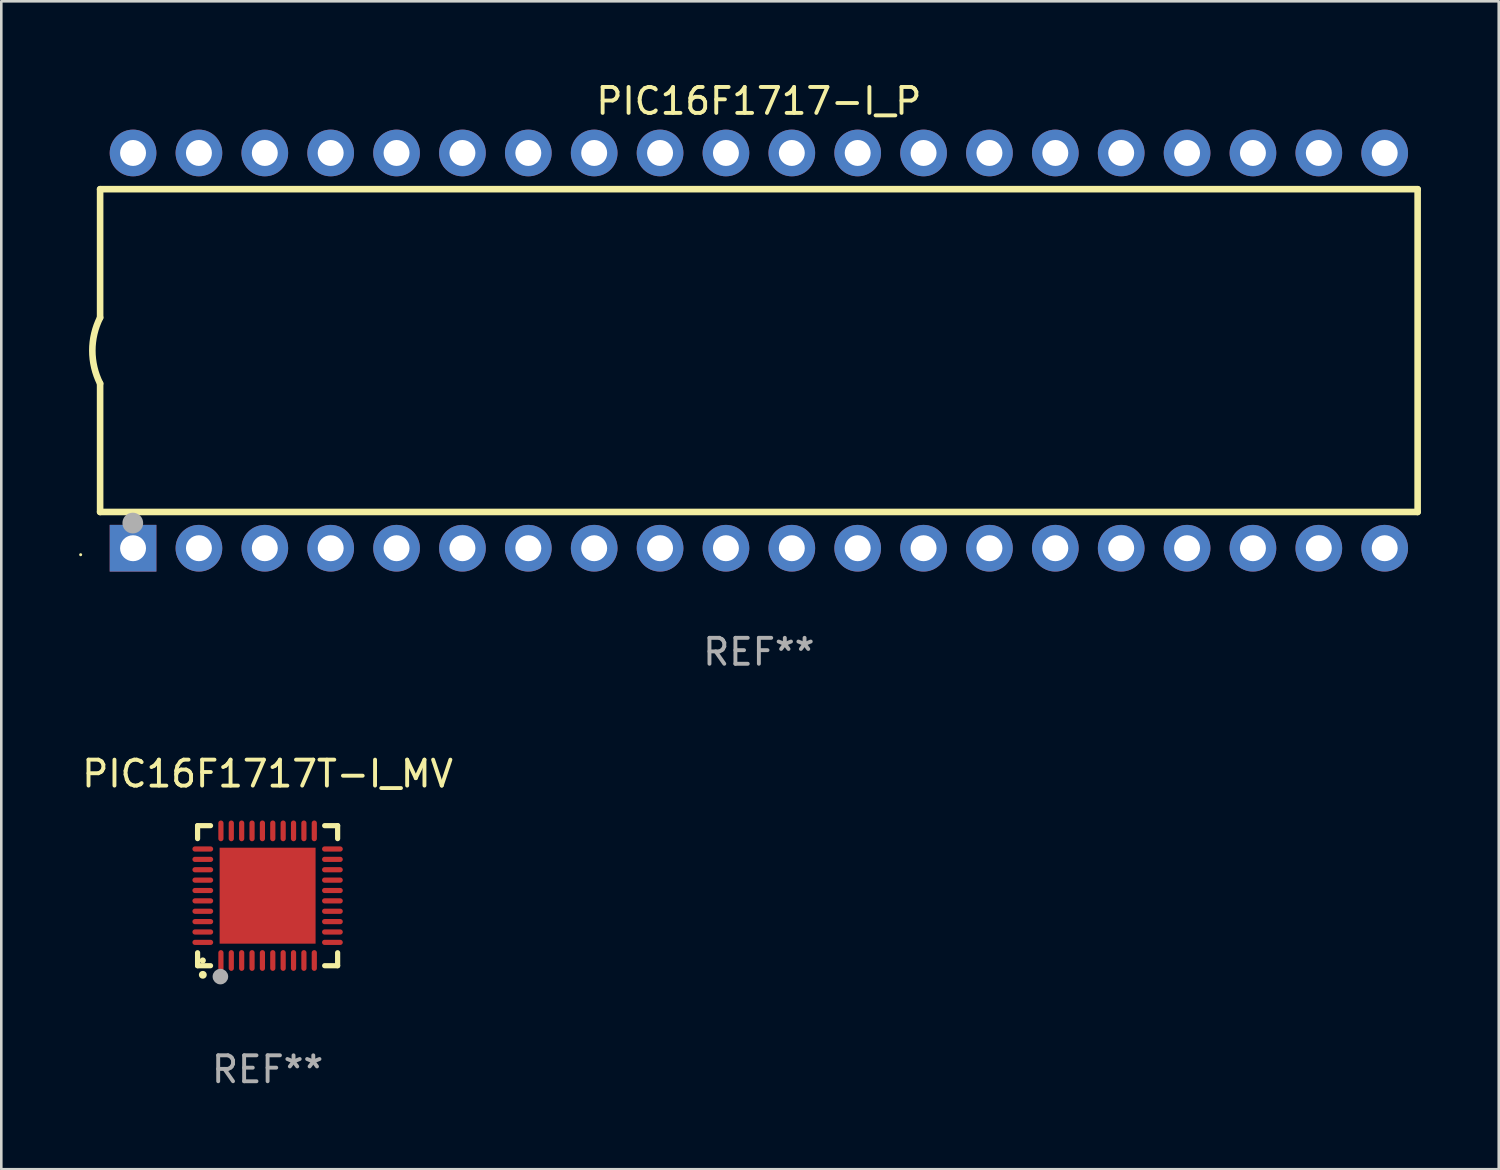
<source format=kicad_pcb>
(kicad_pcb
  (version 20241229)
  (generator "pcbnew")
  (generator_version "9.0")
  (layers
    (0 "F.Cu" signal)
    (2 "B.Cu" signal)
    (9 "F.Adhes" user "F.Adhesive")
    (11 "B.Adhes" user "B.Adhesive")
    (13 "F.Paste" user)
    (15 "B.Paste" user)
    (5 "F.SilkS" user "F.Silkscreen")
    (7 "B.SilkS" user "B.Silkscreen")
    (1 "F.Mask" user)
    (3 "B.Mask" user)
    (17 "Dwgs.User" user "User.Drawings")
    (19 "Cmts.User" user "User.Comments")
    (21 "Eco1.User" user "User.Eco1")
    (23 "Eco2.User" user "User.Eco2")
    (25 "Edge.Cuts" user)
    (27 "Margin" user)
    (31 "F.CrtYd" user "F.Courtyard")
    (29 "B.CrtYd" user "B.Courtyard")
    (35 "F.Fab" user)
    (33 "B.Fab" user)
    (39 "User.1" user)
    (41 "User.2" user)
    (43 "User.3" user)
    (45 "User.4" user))
  (footprint "PIC16F1717T-I_MV"
    (layer "F.Cu")
    (at 7.268 31.485)
    (property "Reference" "PIC16F1717T-I_MV" (at 0 -4.7 0) (layer "F.SilkS") (effects (font (size 1 1) (thickness 0.15))))
    (attr through_hole)
    (fp_line (start -2.7 -2.7) (end -2.7 -2.2) (stroke (width 0.2) (type solid)) (layer "F.SilkS"))
    (fp_line (start -2.7 2.7) (end -2.7 2.2) (stroke (width 0.2) (type solid)) (layer "F.SilkS"))
    (fp_line (start -2.2 -2.7) (end -2.7 -2.7) (stroke (width 0.2) (type solid)) (layer "F.SilkS"))
    (fp_line (start -2.2 2.7) (end -2.7 2.7) (stroke (width 0.2) (type solid)) (layer "F.SilkS"))
    (fp_line (start 2.7 -2.7) (end 2.2 -2.7) (stroke (width 0.2) (type solid)) (layer "F.SilkS"))
    (fp_line (start 2.7 -2.2) (end 2.7 -2.7) (stroke (width 0.2) (type solid)) (layer "F.SilkS"))
    (fp_line (start 2.7 2.2) (end 2.7 2.7) (stroke (width 0.2) (type solid)) (layer "F.SilkS"))
    (fp_line (start 2.7 2.7) (end 2.2 2.7) (stroke (width 0.2) (type solid)) (layer "F.SilkS"))
    (fp_arc (start -2.499365 3.050546) (mid -2.498095 3.050541) (end -2.496825 3.050546) (stroke (width 0.3) (type solid)) (layer "F.SilkS"))
    (fp_circle (center -2.5 2.5) (end -2.44 2.5) (stroke (width 0.12) (type solid)) (fill no) (layer "F.SilkS"))
    (fp_circle (center -1.82 3.12) (end -1.67 3.12) (stroke (width 0.3) (type solid)) (fill no) (layer "F.Fab"))
    (fp_text user "REF**" (at 0 6.7 0) (layer "F.Fab") (effects (font (size 1 1) (thickness 0.15))))
    (pad "1" smd oval (at -1.8 2.499) (size 0.2 0.8) (layers "F.Cu" "F.Mask" "F.Paste"))
    (pad "2" smd oval (at -1.4 2.499) (size 0.2 0.8) (layers "F.Cu" "F.Mask" "F.Paste"))
    (pad "3" smd oval (at -1 2.499) (size 0.2 0.8) (layers "F.Cu" "F.Mask" "F.Paste"))
    (pad "4" smd oval (at -0.6 2.499) (size 0.2 0.8) (layers "F.Cu" "F.Mask" "F.Paste"))
    (pad "5" smd oval (at -0.2 2.499) (size 0.2 0.8) (layers "F.Cu" "F.Mask" "F.Paste"))
    (pad "6" smd oval (at 0.2 2.499) (size 0.2 0.8) (layers "F.Cu" "F.Mask" "F.Paste"))
    (pad "7" smd oval (at 0.6 2.499) (size 0.2 0.8) (layers "F.Cu" "F.Mask" "F.Paste"))
    (pad "8" smd oval (at 1 2.499) (size 0.2 0.8) (layers "F.Cu" "F.Mask" "F.Paste"))
    (pad "9" smd oval (at 1.4 2.499) (size 0.2 0.8) (layers "F.Cu" "F.Mask" "F.Paste"))
    (pad "10" smd oval (at 1.8 2.499) (size 0.2 0.8) (layers "F.Cu" "F.Mask" "F.Paste"))
    (pad "11" smd oval (at 2.499 1.8) (size 0.8 0.2) (layers "F.Cu" "F.Mask" "F.Paste"))
    (pad "12" smd oval (at 2.499 1.4) (size 0.8 0.2) (layers "F.Cu" "F.Mask" "F.Paste"))
    (pad "13" smd oval (at 2.499 1) (size 0.8 0.2) (layers "F.Cu" "F.Mask" "F.Paste"))
    (pad "14" smd oval (at 2.499 0.6) (size 0.8 0.2) (layers "F.Cu" "F.Mask" "F.Paste"))
    (pad "15" smd oval (at 2.499 0.2) (size 0.8 0.2) (layers "F.Cu" "F.Mask" "F.Paste"))
    (pad "16" smd oval (at 2.499 -0.2) (size 0.8 0.2) (layers "F.Cu" "F.Mask" "F.Paste"))
    (pad "17" smd oval (at 2.499 -0.6) (size 0.8 0.2) (layers "F.Cu" "F.Mask" "F.Paste"))
    (pad "18" smd oval (at 2.499 -1) (size 0.8 0.2) (layers "F.Cu" "F.Mask" "F.Paste"))
    (pad "19" smd oval (at 2.499 -1.4) (size 0.8 0.2) (layers "F.Cu" "F.Mask" "F.Paste"))
    (pad "20" smd oval (at 2.499 -1.8) (size 0.8 0.2) (layers "F.Cu" "F.Mask" "F.Paste"))
    (pad "21" smd oval (at 1.8 -2.499) (size 0.2 0.8) (layers "F.Cu" "F.Mask" "F.Paste"))
    (pad "22" smd oval (at 1.4 -2.499) (size 0.2 0.8) (layers "F.Cu" "F.Mask" "F.Paste"))
    (pad "23" smd oval (at 1 -2.499) (size 0.2 0.8) (layers "F.Cu" "F.Mask" "F.Paste"))
    (pad "24" smd oval (at 0.6 -2.499) (size 0.2 0.8) (layers "F.Cu" "F.Mask" "F.Paste"))
    (pad "25" smd oval (at 0.2 -2.499) (size 0.2 0.8) (layers "F.Cu" "F.Mask" "F.Paste"))
    (pad "26" smd oval (at -0.2 -2.499) (size 0.2 0.8) (layers "F.Cu" "F.Mask" "F.Paste"))
    (pad "27" smd oval (at -0.6 -2.499) (size 0.2 0.8) (layers "F.Cu" "F.Mask" "F.Paste"))
    (pad "28" smd oval (at -1 -2.499) (size 0.2 0.8) (layers "F.Cu" "F.Mask" "F.Paste"))
    (pad "29" smd oval (at -1.4 -2.499) (size 0.2 0.8) (layers "F.Cu" "F.Mask" "F.Paste"))
    (pad "30" smd oval (at -1.8 -2.499) (size 0.2 0.8) (layers "F.Cu" "F.Mask" "F.Paste"))
    (pad "31" smd oval (at -2.499 -1.8) (size 0.8 0.2) (layers "F.Cu" "F.Mask" "F.Paste"))
    (pad "32" smd oval (at -2.499 -1.4) (size 0.8 0.2) (layers "F.Cu" "F.Mask" "F.Paste"))
    (pad "33" smd oval (at -2.499 -1) (size 0.8 0.2) (layers "F.Cu" "F.Mask" "F.Paste"))
    (pad "34" smd oval (at -2.499 -0.6) (size 0.8 0.2) (layers "F.Cu" "F.Mask" "F.Paste"))
    (pad "35" smd oval (at -2.499 -0.2) (size 0.8 0.2) (layers "F.Cu" "F.Mask" "F.Paste"))
    (pad "36" smd oval (at -2.499 0.2) (size 0.8 0.2) (layers "F.Cu" "F.Mask" "F.Paste"))
    (pad "37" smd oval (at -2.499 0.6) (size 0.8 0.2) (layers "F.Cu" "F.Mask" "F.Paste"))
    (pad "38" smd oval (at -2.499 1) (size 0.8 0.2) (layers "F.Cu" "F.Mask" "F.Paste"))
    (pad "39" smd oval (at -2.499 1.4) (size 0.8 0.2) (layers "F.Cu" "F.Mask" "F.Paste"))
    (pad "40" smd oval (at -2.499 1.8) (size 0.8 0.2) (layers "F.Cu" "F.Mask" "F.Paste"))
    (pad "41" smd rect (at 0 0) (size 3.7 3.7) (layers "F.Cu" "F.Mask" "F.Paste")))
  (footprint "PIC16F1717-I_P"
    (layer "F.Cu")
    (at 26.21 10.468)
    (property "Reference" "PIC16F1717-I_P" (at 0 -9.62 0) (layer "F.SilkS") (effects (font (size 1 1) (thickness 0.15))))
    (attr through_hole)
    (fp_line (start -25.4 -6.224) (end -25.4 -1.271) (stroke (width 0.254) (type solid)) (layer "F.SilkS"))
    (fp_line (start -25.4 -6.224) (end 25.4 -6.224) (stroke (width 0.254) (type solid)) (layer "F.SilkS"))
    (fp_line (start -25.4 1.269) (end -25.4 6.222) (stroke (width 0.254) (type solid)) (layer "F.SilkS"))
    (fp_line (start -25.4 6.222) (end 25.4 6.222) (stroke (width 0.254) (type solid)) (layer "F.SilkS"))
    (fp_line (start 25.4 6.222) (end 25.4 -6.224) (stroke (width 0.254) (type solid)) (layer "F.SilkS"))
    (fp_arc (start -25.4 1.269241) (mid -25.699807 -0.000762) (end -25.4 -1.270765) (stroke (width 0.254001) (type solid)) (layer "F.SilkS"))
    (fp_circle (center -26.15 7.87) (end -26.12 7.87) (stroke (width 0.06) (type solid)) (fill no) (layer "F.SilkS"))
    (fp_circle (center -24.14 6.65) (end -23.94 6.65) (stroke (width 0.4) (type solid)) (fill no) (layer "F.Fab"))
    (fp_text user "REF**" (at 0 11.62 0) (layer "F.Fab") (effects (font (size 1 1) (thickness 0.15))))
    (pad "1" thru_hole rect (at -24.13 7.62 90) (size 1.8 1.8) (drill 1) (layers "*.Cu" "*.Mask"))
    (pad "2" thru_hole circle (at -21.59 7.62) (size 1.8 1.8) (drill 1) (layers "*.Cu" "*.Mask"))
    (pad "3" thru_hole circle (at -19.05 7.62) (size 1.8 1.8) (drill 1) (layers "*.Cu" "*.Mask"))
    (pad "4" thru_hole circle (at -16.51 7.62) (size 1.8 1.8) (drill 1) (layers "*.Cu" "*.Mask"))
    (pad "5" thru_hole circle (at -13.97 7.62) (size 1.8 1.8) (drill 1) (layers "*.Cu" "*.Mask"))
    (pad "6" thru_hole circle (at -11.43 7.62) (size 1.8 1.8) (drill 1) (layers "*.Cu" "*.Mask"))
    (pad "7" thru_hole circle (at -8.89 7.62) (size 1.8 1.8) (drill 1) (layers "*.Cu" "*.Mask"))
    (pad "8" thru_hole circle (at -6.35 7.62) (size 1.8 1.8) (drill 1) (layers "*.Cu" "*.Mask"))
    (pad "9" thru_hole circle (at -3.81 7.62) (size 1.8 1.8) (drill 1) (layers "*.Cu" "*.Mask"))
    (pad "10" thru_hole circle (at -1.27 7.62) (size 1.8 1.8) (drill 1) (layers "*.Cu" "*.Mask"))
    (pad "11" thru_hole circle (at 1.27 7.62) (size 1.8 1.8) (drill 1) (layers "*.Cu" "*.Mask"))
    (pad "12" thru_hole circle (at 3.81 7.62) (size 1.8 1.8) (drill 1) (layers "*.Cu" "*.Mask"))
    (pad "13" thru_hole circle (at 6.35 7.62) (size 1.8 1.8) (drill 1) (layers "*.Cu" "*.Mask"))
    (pad "14" thru_hole circle (at 8.89 7.62) (size 1.8 1.8) (drill 1) (layers "*.Cu" "*.Mask"))
    (pad "15" thru_hole circle (at 11.43 7.62) (size 1.8 1.8) (drill 1) (layers "*.Cu" "*.Mask"))
    (pad "16" thru_hole circle (at 13.97 7.62) (size 1.8 1.8) (drill 1) (layers "*.Cu" "*.Mask"))
    (pad "17" thru_hole circle (at 16.51 7.62) (size 1.8 1.8) (drill 1) (layers "*.Cu" "*.Mask"))
    (pad "18" thru_hole circle (at 19.05 7.62) (size 1.8 1.8) (drill 1) (layers "*.Cu" "*.Mask"))
    (pad "19" thru_hole circle (at 21.59 7.62) (size 1.8 1.8) (drill 1) (layers "*.Cu" "*.Mask"))
    (pad "20" thru_hole circle (at 24.13 7.62) (size 1.8 1.8) (drill 1) (layers "*.Cu" "*.Mask"))
    (pad "21" thru_hole circle (at 24.13 -7.62) (size 1.8 1.8) (drill 1) (layers "*.Cu" "*.Mask"))
    (pad "22" thru_hole circle (at 21.59 -7.62) (size 1.8 1.8) (drill 1) (layers "*.Cu" "*.Mask"))
    (pad "23" thru_hole circle (at 19.05 -7.62) (size 1.8 1.8) (drill 1) (layers "*.Cu" "*.Mask"))
    (pad "24" thru_hole circle (at 16.51 -7.62) (size 1.8 1.8) (drill 1) (layers "*.Cu" "*.Mask"))
    (pad "25" thru_hole circle (at 13.97 -7.62) (size 1.8 1.8) (drill 1) (layers "*.Cu" "*.Mask"))
    (pad "26" thru_hole circle (at 11.43 -7.62) (size 1.8 1.8) (drill 1) (layers "*.Cu" "*.Mask"))
    (pad "27" thru_hole circle (at 8.89 -7.62) (size 1.8 1.8) (drill 1) (layers "*.Cu" "*.Mask"))
    (pad "28" thru_hole circle (at 6.35 -7.62) (size 1.8 1.8) (drill 1) (layers "*.Cu" "*.Mask"))
    (pad "29" thru_hole circle (at 3.81 -7.62) (size 1.8 1.8) (drill 1) (layers "*.Cu" "*.Mask"))
    (pad "30" thru_hole circle (at 1.27 -7.62) (size 1.8 1.8) (drill 1) (layers "*.Cu" "*.Mask"))
    (pad "31" thru_hole circle (at -1.27 -7.62) (size 1.8 1.8) (drill 1) (layers "*.Cu" "*.Mask"))
    (pad "32" thru_hole circle (at -3.81 -7.62) (size 1.8 1.8) (drill 1) (layers "*.Cu" "*.Mask"))
    (pad "33" thru_hole circle (at -6.35 -7.62) (size 1.8 1.8) (drill 1) (layers "*.Cu" "*.Mask"))
    (pad "34" thru_hole circle (at -8.89 -7.62) (size 1.8 1.8) (drill 1) (layers "*.Cu" "*.Mask"))
    (pad "35" thru_hole circle (at -11.43 -7.62) (size 1.8 1.8) (drill 1) (layers "*.Cu" "*.Mask"))
    (pad "36" thru_hole circle (at -13.97 -7.62) (size 1.8 1.8) (drill 1) (layers "*.Cu" "*.Mask"))
    (pad "37" thru_hole circle (at -16.51 -7.62) (size 1.8 1.8) (drill 1) (layers "*.Cu" "*.Mask"))
    (pad "38" thru_hole circle (at -19.05 -7.62) (size 1.8 1.8) (drill 1) (layers "*.Cu" "*.Mask"))
    (pad "39" thru_hole circle (at -21.59 -7.62) (size 1.8 1.8) (drill 1) (layers "*.Cu" "*.Mask"))
    (pad "40" thru_hole circle (at -24.13 -7.62) (size 1.8 1.8) (drill 1) (layers "*.Cu" "*.Mask")))
  (gr_rect
    (start -3 -3)
    (end 54.737 42.033)
    (stroke (width 0.1) (type default))
    (fill no)
    (layer "Edge.Cuts")))
</source>
